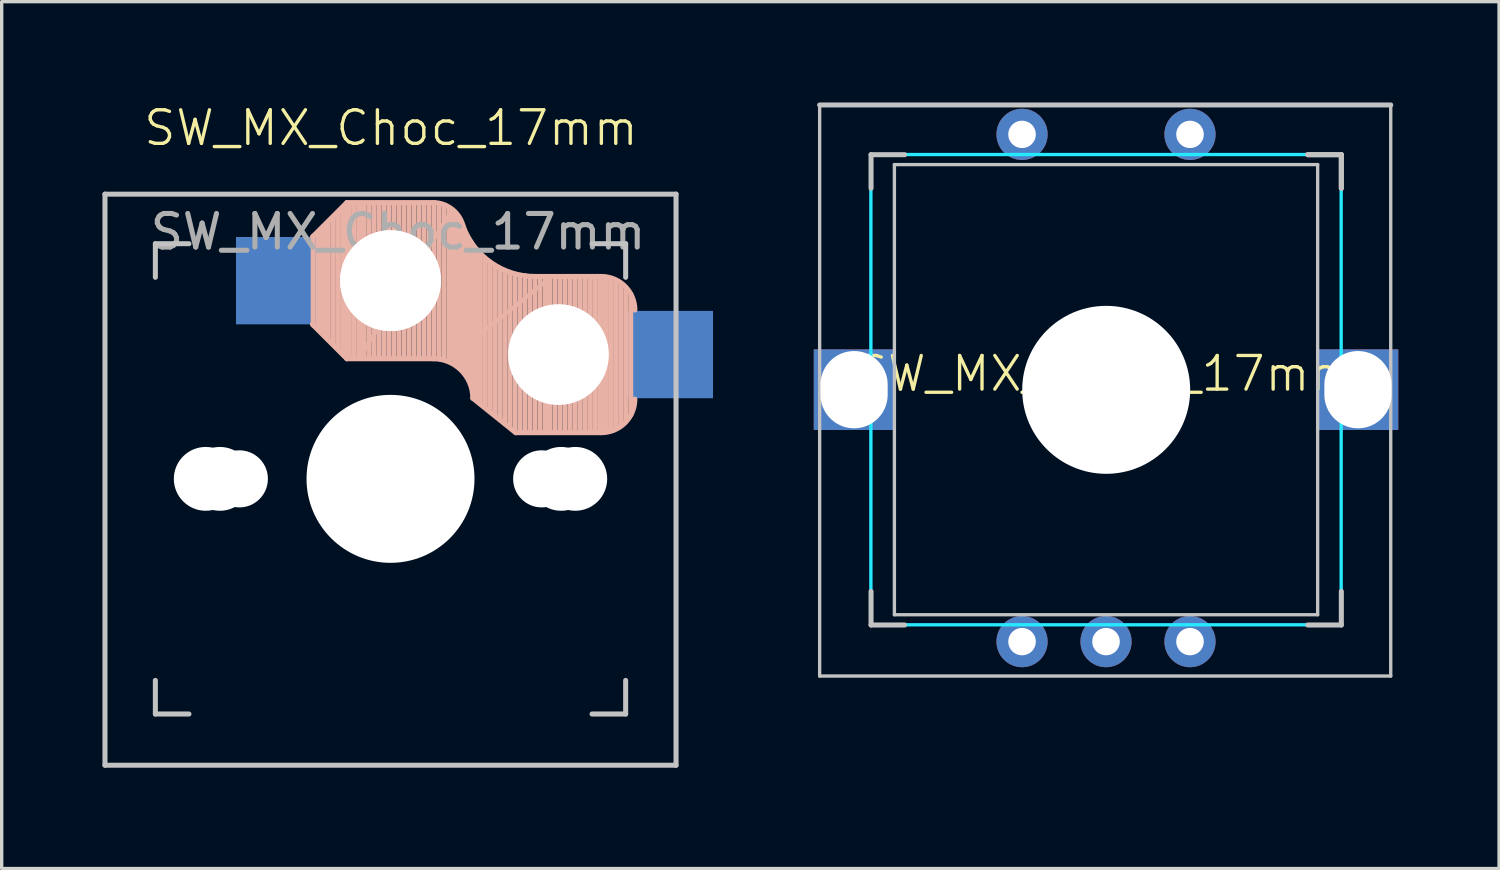
<source format=kicad_pcb>
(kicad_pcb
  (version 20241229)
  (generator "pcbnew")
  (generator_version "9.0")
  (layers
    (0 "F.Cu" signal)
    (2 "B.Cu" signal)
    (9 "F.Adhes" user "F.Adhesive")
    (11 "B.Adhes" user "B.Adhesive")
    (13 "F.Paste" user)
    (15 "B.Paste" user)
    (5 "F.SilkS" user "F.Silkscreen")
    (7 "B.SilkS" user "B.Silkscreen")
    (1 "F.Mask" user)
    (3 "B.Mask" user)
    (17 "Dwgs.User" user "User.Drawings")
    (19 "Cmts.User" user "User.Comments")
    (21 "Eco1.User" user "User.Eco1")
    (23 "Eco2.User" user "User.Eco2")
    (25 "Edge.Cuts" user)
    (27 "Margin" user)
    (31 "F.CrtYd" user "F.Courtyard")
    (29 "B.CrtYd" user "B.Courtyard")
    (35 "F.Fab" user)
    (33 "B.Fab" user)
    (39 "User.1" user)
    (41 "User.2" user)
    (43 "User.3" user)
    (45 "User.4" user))
  (footprint "SW_MX_Choc_17mm"
    (layer "F.Cu")
    (at 8.575 11.23)
    (property "Reference" "SW_MX_Choc_17mm" (at 0.015 -10.47 0) (unlocked yes) (layer "F.SilkS") (effects (font (size 1 1) (thickness 0.1))))
    (attr smd)
    (fp_line (start -2.3 -4.6) (end -2.3 -7.25) (stroke (width 0.15) (type solid)) (layer "B.SilkS"))
    (fp_line (start -2.15 -7.375) (end -2.15 -4.475) (stroke (width 0.15) (type solid)) (layer "B.SilkS"))
    (fp_line (start -2.05 -7.475) (end -2.05 -4.375) (stroke (width 0.15) (type solid)) (layer "B.SilkS"))
    (fp_line (start -1.95 -7.575) (end -1.95 -4.275) (stroke (width 0.15) (type solid)) (layer "B.SilkS"))
    (fp_line (start -1.85 -7.675) (end -1.85 -4.175) (stroke (width 0.15) (type solid)) (layer "B.SilkS"))
    (fp_line (start -1.7 -7.825) (end -1.7 -4.025) (stroke (width 0.15) (type solid)) (layer "B.SilkS"))
    (fp_line (start -1.55 -7.975) (end -1.55 -3.875) (stroke (width 0.15) (type solid)) (layer "B.SilkS"))
    (fp_line (start -1.4 -8.125) (end -1.4 -3.725) (stroke (width 0.15) (type solid)) (layer "B.SilkS"))
    (fp_line (start -1.3 -8.25) (end -2.325 -7.225) (stroke (width 0.15) (type solid)) (layer "B.SilkS"))
    (fp_line (start -1.3 -8.25) (end 1.3 -8.25) (stroke (width 0.15) (type solid)) (layer "B.SilkS"))
    (fp_line (start -1.3 -3.6) (end -2.325 -4.625) (stroke (width 0.15) (type solid)) (layer "B.SilkS"))
    (fp_line (start -1.3 -3.6) (end 1.275 -3.6) (stroke (width 0.15) (type solid)) (layer "B.SilkS"))
    (fp_line (start -1.25 -8.225) (end -1.25 -3.625) (stroke (width 0.15) (type solid)) (layer "B.SilkS"))
    (fp_line (start -1.1 -8.225) (end -1.1 -3.625) (stroke (width 0.15) (type solid)) (layer "B.SilkS"))
    (fp_line (start -0.95 -8.225) (end -0.95 -3.625) (stroke (width 0.15) (type solid)) (layer "B.SilkS"))
    (fp_line (start -0.9 -8.125) (end -0.9 -3.675) (stroke (width 0.12) (type solid)) (layer "B.SilkS"))
    (fp_line (start -0.9 -3.675) (end 1.8 -7.975) (stroke (width 0.12) (type solid)) (layer "B.SilkS"))
    (fp_line (start -0.8 -8.225) (end -0.8 -3.625) (stroke (width 0.15) (type solid)) (layer "B.SilkS"))
    (fp_line (start -0.65 -8.225) (end -0.65 -3.625) (stroke (width 0.15) (type solid)) (layer "B.SilkS"))
    (fp_line (start -0.5 -8.225) (end -0.5 -3.625) (stroke (width 0.15) (type solid)) (layer "B.SilkS"))
    (fp_line (start -0.35 -8.225) (end -0.35 -3.625) (stroke (width 0.15) (type solid)) (layer "B.SilkS"))
    (fp_line (start -0.2 -8.225) (end -0.2 -3.625) (stroke (width 0.15) (type solid)) (layer "B.SilkS"))
    (fp_line (start -0.05 -8.225) (end -0.05 -3.625) (stroke (width 0.15) (type solid)) (layer "B.SilkS"))
    (fp_line (start 0.1 -8.225) (end 0.1 -3.625) (stroke (width 0.15) (type solid)) (layer "B.SilkS"))
    (fp_line (start 0.25 -8.225) (end 0.25 -3.625) (stroke (width 0.15) (type solid)) (layer "B.SilkS"))
    (fp_line (start 0.4 -8.225) (end 0.4 -3.625) (stroke (width 0.15) (type solid)) (layer "B.SilkS"))
    (fp_line (start 0.55 -8.225) (end 0.55 -3.625) (stroke (width 0.15) (type solid)) (layer "B.SilkS"))
    (fp_line (start 0.7 -8.225) (end 0.7 -3.625) (stroke (width 0.15) (type solid)) (layer "B.SilkS"))
    (fp_line (start 0.85 -8.225) (end 0.85 -3.625) (stroke (width 0.15) (type solid)) (layer "B.SilkS"))
    (fp_line (start 1 -8.225) (end 1 -3.625) (stroke (width 0.15) (type solid)) (layer "B.SilkS"))
    (fp_line (start 1.15 -8.225) (end 1.15 -3.675) (stroke (width 0.15) (type solid)) (layer "B.SilkS"))
    (fp_line (start 1.3 -8.225) (end 1.3 -3.625) (stroke (width 0.15) (type solid)) (layer "B.SilkS"))
    (fp_line (start 1.45 -8.225) (end 1.45 -3.625) (stroke (width 0.15) (type solid)) (layer "B.SilkS"))
    (fp_line (start 1.6 -8.175) (end 1.6 -3.625) (stroke (width 0.15) (type solid)) (layer "B.SilkS"))
    (fp_line (start 1.75 -8.075) (end 1.75 -3.525) (stroke (width 0.15) (type solid)) (layer "B.SilkS"))
    (fp_line (start 1.8 -7.975) (end 1.8 -3.625) (stroke (width 0.12) (type solid)) (layer "B.SilkS"))
    (fp_line (start 1.8 -3.625) (end 4.65 -5.925) (stroke (width 0.12) (type solid)) (layer "B.SilkS"))
    (fp_line (start 1.9 -7.975) (end 1.9 -3.475) (stroke (width 0.15) (type solid)) (layer "B.SilkS"))
    (fp_line (start 2 -7.825) (end 2 -3.425) (stroke (width 0.15) (type solid)) (layer "B.SilkS"))
    (fp_line (start 2.1 -7.575) (end 2.1 -3.375) (stroke (width 0.15) (type solid)) (layer "B.SilkS"))
    (fp_line (start 2.2 -7.425) (end 2.2 -3.275) (stroke (width 0.15) (type solid)) (layer "B.SilkS"))
    (fp_line (start 2.3 -7.225) (end 2.3 -3.075) (stroke (width 0.15) (type solid)) (layer "B.SilkS"))
    (fp_line (start 2.4 -7.075) (end 2.4 -2.925) (stroke (width 0.15) (type solid)) (layer "B.SilkS"))
    (fp_line (start 2.5 -6.875) (end 2.5 -2.425) (stroke (width 0.15) (type solid)) (layer "B.SilkS"))
    (fp_line (start 2.65 -6.725) (end 2.65 -2.275) (stroke (width 0.15) (type solid)) (layer "B.SilkS"))
    (fp_line (start 2.8 -6.575) (end 2.8 -2.175) (stroke (width 0.15) (type solid)) (layer "B.SilkS"))
    (fp_line (start 2.95 -6.475) (end 2.95 -2.075) (stroke (width 0.15) (type solid)) (layer "B.SilkS"))
    (fp_line (start 3.1 -6.375) (end 3.1 -1.925) (stroke (width 0.15) (type solid)) (layer "B.SilkS"))
    (fp_line (start 3.25 -6.275) (end 3.25 -1.825) (stroke (width 0.15) (type solid)) (layer "B.SilkS"))
    (fp_line (start 3.4 -6.225) (end 3.4 -1.675) (stroke (width 0.15) (type solid)) (layer "B.SilkS"))
    (fp_line (start 3.55 -6.125) (end 3.55 -1.575) (stroke (width 0.15) (type solid)) (layer "B.SilkS"))
    (fp_line (start 3.7 -6.075) (end 3.7 -1.475) (stroke (width 0.15) (type solid)) (layer "B.SilkS"))
    (fp_line (start 3.725 -1.4) (end 2.45 -2.425) (stroke (width 0.15) (type solid)) (layer "B.SilkS"))
    (fp_line (start 3.725 -1.4) (end 6.275 -1.4) (stroke (width 0.15) (type solid)) (layer "B.SilkS"))
    (fp_line (start 3.85 -6.075) (end 3.85 -1.425) (stroke (width 0.15) (type solid)) (layer "B.SilkS"))
    (fp_line (start 4 -6.075) (end 4 -1.425) (stroke (width 0.15) (type solid)) (layer "B.SilkS"))
    (fp_line (start 4.15 -6.025) (end 4.15 -1.475) (stroke (width 0.15) (type solid)) (layer "B.SilkS"))
    (fp_line (start 4.3 -6.05) (end 6.275 -6.05) (stroke (width 0.15) (type solid)) (layer "B.SilkS"))
    (fp_line (start 4.3 -6.025) (end 4.3 -1.425) (stroke (width 0.15) (type solid)) (layer "B.SilkS"))
    (fp_line (start 4.45 -6.025) (end 4.45 -1.425) (stroke (width 0.15) (type solid)) (layer "B.SilkS"))
    (fp_line (start 4.6 -6.025) (end 4.6 -1.425) (stroke (width 0.15) (type solid)) (layer "B.SilkS"))
    (fp_line (start 4.65 -5.925) (end 4.65 -1.425) (stroke (width 0.12) (type solid)) (layer "B.SilkS"))
    (fp_line (start 4.75 -6.025) (end 4.75 -1.425) (stroke (width 0.15) (type solid)) (layer "B.SilkS"))
    (fp_line (start 4.9 -6.025) (end 4.9 -1.425) (stroke (width 0.15) (type solid)) (layer "B.SilkS"))
    (fp_line (start 5.05 -6.025) (end 5.05 -1.425) (stroke (width 0.15) (type solid)) (layer "B.SilkS"))
    (fp_line (start 5.2 -6.025) (end 5.2 -1.425) (stroke (width 0.15) (type solid)) (layer "B.SilkS"))
    (fp_line (start 5.35 -6.025) (end 5.35 -1.425) (stroke (width 0.15) (type solid)) (layer "B.SilkS"))
    (fp_line (start 5.5 -6.025) (end 5.5 -1.425) (stroke (width 0.15) (type solid)) (layer "B.SilkS"))
    (fp_line (start 5.65 -6.025) (end 5.65 -1.425) (stroke (width 0.15) (type solid)) (layer "B.SilkS"))
    (fp_line (start 5.8 -6.025) (end 5.8 -1.425) (stroke (width 0.15) (type solid)) (layer "B.SilkS"))
    (fp_line (start 5.95 -6.025) (end 5.95 -1.425) (stroke (width 0.15) (type solid)) (layer "B.SilkS"))
    (fp_line (start 6.1 -6.025) (end 6.1 -1.425) (stroke (width 0.15) (type solid)) (layer "B.SilkS"))
    (fp_line (start 6.25 -6.025) (end 6.25 -1.425) (stroke (width 0.15) (type solid)) (layer "B.SilkS"))
    (fp_line (start 6.4 -6.025) (end 6.4 -1.475) (stroke (width 0.15) (type solid)) (layer "B.SilkS"))
    (fp_line (start 6.55 -5.975) (end 6.55 -1.475) (stroke (width 0.15) (type solid)) (layer "B.SilkS"))
    (fp_line (start 6.7 -5.925) (end 6.7 -1.525) (stroke (width 0.15) (type solid)) (layer "B.SilkS"))
    (fp_line (start 6.85 -5.825) (end 6.85 -1.625) (stroke (width 0.15) (type solid)) (layer "B.SilkS"))
    (fp_line (start 7 -5.725) (end 7 -1.725) (stroke (width 0.15) (type solid)) (layer "B.SilkS"))
    (fp_line (start 7.15 -5.525) (end 7.15 -1.925) (stroke (width 0.15) (type solid)) (layer "B.SilkS"))
    (fp_arc (start 1.275 -3.6) (mid 2.10585 -3.25585) (end 2.45 -2.425) (stroke (width 0.15) (type solid)) (layer "B.SilkS"))
    (fp_arc (start 1.300995 -8.248791) (mid 1.848286 -8.041021) (end 2.162199 -7.546904) (stroke (width 0.15) (type solid)) (layer "B.SilkS"))
    (fp_arc (start 4.3 -6.05) (mid 2.995114 -6.461429) (end 2.162199 -7.546904) (stroke (width 0.15) (type solid)) (layer "B.SilkS"))
    (fp_arc (start 6.275 -6.05) (mid 6.982107 -5.757107) (end 7.275 -5.05) (stroke (width 0.15) (type solid)) (layer "B.SilkS"))
    (fp_arc (start 7.275 -2.4) (mid 6.982107 -1.692893) (end 6.275 -1.4) (stroke (width 0.15) (type solid)) (layer "B.SilkS"))
    (fp_line (start -8.5 -8.5) (end -8.5 8.5) (stroke (width 0.15) (type solid)) (layer "Dwgs.User"))
    (fp_line (start -8.5 -8.5) (end 8.5 -8.5) (stroke (width 0.15) (type solid)) (layer "Dwgs.User"))
    (fp_line (start -8.5 8.5) (end 8.5 8.5) (stroke (width 0.15) (type solid)) (layer "Dwgs.User"))
    (fp_line (start -7 -7.025) (end -7 -6.025) (stroke (width 0.15) (type solid)) (layer "Dwgs.User"))
    (fp_line (start -7 5.975) (end -7 6.975) (stroke (width 0.15) (type solid)) (layer "Dwgs.User"))
    (fp_line (start -7 6.975) (end -6 6.975) (stroke (width 0.15) (type solid)) (layer "Dwgs.User"))
    (fp_line (start -6 -7.025) (end -7 -7.025) (stroke (width 0.15) (type solid)) (layer "Dwgs.User"))
    (fp_line (start 6 -7.025) (end 7 -7.025) (stroke (width 0.15) (type solid)) (layer "Dwgs.User"))
    (fp_line (start 7 -7.025) (end 7 -6.025) (stroke (width 0.15) (type solid)) (layer "Dwgs.User"))
    (fp_line (start 7 5.975) (end 7 6.975) (stroke (width 0.15) (type solid)) (layer "Dwgs.User"))
    (fp_line (start 7 6.975) (end 6 6.975) (stroke (width 0.15) (type solid)) (layer "Dwgs.User"))
    (fp_line (start 8.5 -8.5) (end 8.5 8.5) (stroke (width 0.15) (type solid)) (layer "Dwgs.User"))
    (fp_text user "${REFERENCE}" (at 0.225 -7.38 0) (unlocked yes) (layer "F.Fab") (effects (font (size 1 1) (thickness 0.15))))
    (pad "" np_thru_hole circle (at -5.5 -0.025 270) (size 1.9 1.9) (drill 1.9) (layers "*.Cu"))
    (pad "" np_thru_hole circle (at -5.08 -0.025 180) (size 1.9 1.9) (drill 1.9) (layers "*.Cu" "*.Mask"))
    (pad "" np_thru_hole circle (at -4.5 -0.025 180) (size 1.7 1.7) (drill 1.7) (layers "*.Cu" "*.Mask"))
    (pad "" np_thru_hole circle (at 0 -5.925 270) (size 3 3) (drill 3) (layers "*.Cu" "*.Mask"))
    (pad "" np_thru_hole circle (at 0 -5.925 270) (size 3 3) (drill 3) (layers "*.Cu" "*.Mask"))
    (pad "" np_thru_hole circle (at 0 -0.025 270) (size 4.1 4.1) (drill 4.1) (layers "*.Cu" "*.Mask"))
    (pad "" np_thru_hole circle (at 0 -0.025 270) (size 5 5) (drill 5) (layers "*.Cu"))
    (pad "" np_thru_hole circle (at 4.5 -0.025 180) (size 1.7 1.7) (drill 1.7) (layers "*.Cu" "*.Mask"))
    (pad "" np_thru_hole circle (at 5 -3.725 270) (size 3 3) (drill 3) (layers "*.Cu" "*.Mask"))
    (pad "" np_thru_hole circle (at 5.08 -0.025 180) (size 1.9 1.9) (drill 1.9) (layers "*.Cu" "*.Mask"))
    (pad "" np_thru_hole circle (at 5.5 -0.025 270) (size 1.9 1.9) (drill 1.9) (layers "*.Cu"))
    (pad "1" smd rect (at 8.3 -3.725) (size 2.6 2.6) (layers "B.Cu" "B.Mask" "B.Paste"))
    (pad "2" smd rect (at -3.3 -5.925) (size 2.6 2.6) (layers "B.Cu" "B.Mask" "B.Paste")))
  (footprint "SW_MX_EC12_17mm"
    (layer "F.Cu")
    (at 29.85 8.575)
    (property "Reference" "SW_MX_EC12_17mm" (at 0 -0.5 0) (unlocked yes) (layer "F.SilkS") (effects (font (size 1 1) (thickness 0.1))))
    (attr smd)
    (fp_line (start -8.5 -8.5) (end 8.5 -8.5) (stroke (width 0.15) (type solid)) (layer "Dwgs.User"))
    (fp_line (start -8.5 8.5) (end -8.5 -8.5) (stroke (width 0.1) (type solid)) (layer "Dwgs.User"))
    (fp_line (start -6.97 -7.02) (end -6.97 -6.02) (stroke (width 0.15) (type solid)) (layer "Dwgs.User"))
    (fp_line (start -6.97 5.98) (end -6.97 6.98) (stroke (width 0.15) (type solid)) (layer "Dwgs.User"))
    (fp_line (start -6.97 6.98) (end -5.97 6.98) (stroke (width 0.15) (type solid)) (layer "Dwgs.User"))
    (fp_line (start -6.275 6.675) (end -6.275 -6.725) (stroke (width 0.1) (type default)) (layer "Dwgs.User"))
    (fp_line (start -5.97 -7.02) (end -6.97 -7.02) (stroke (width 0.15) (type solid)) (layer "Dwgs.User"))
    (fp_line (start 6.03 -7.02) (end 7.03 -7.02) (stroke (width 0.15) (type solid)) (layer "Dwgs.User"))
    (fp_line (start 6.03 -7.02) (end 7.03 -7.02) (stroke (width 0.15) (type solid)) (layer "Dwgs.User"))
    (fp_line (start 6.325 -6.725) (end -6.275 -6.725) (stroke (width 0.1) (type default)) (layer "Dwgs.User"))
    (fp_line (start 6.325 6.675) (end -6.275 6.675) (stroke (width 0.1) (type default)) (layer "Dwgs.User"))
    (fp_line (start 6.325 6.675) (end 6.325 -6.725) (stroke (width 0.1) (type default)) (layer "Dwgs.User"))
    (fp_line (start 7.03 -7.02) (end 7.03 -6.02) (stroke (width 0.15) (type solid)) (layer "Dwgs.User"))
    (fp_line (start 7.03 -7.02) (end 7.03 -6.02) (stroke (width 0.15) (type solid)) (layer "Dwgs.User"))
    (fp_line (start 7.03 5.98) (end 7.03 6.98) (stroke (width 0.15) (type solid)) (layer "Dwgs.User"))
    (fp_line (start 7.03 6.98) (end 6.03 6.98) (stroke (width 0.15) (type solid)) (layer "Dwgs.User"))
    (fp_line (start 8.5 -8.5) (end 8.5 8.5) (stroke (width 0.1) (type solid)) (layer "Dwgs.User"))
    (fp_line (start 8.5 8.5) (end -8.5 8.5) (stroke (width 0.1) (type solid)) (layer "Dwgs.User"))
    (fp_line (start -6.975 -7.025) (end -6.975 6.975) (stroke (width 0.1) (type default)) (layer "B.CrtYd"))
    (fp_line (start -6.975 -7.025) (end 7.025 -7.025) (stroke (width 0.1) (type default)) (layer "B.CrtYd"))
    (fp_line (start -6.975 6.975) (end 7.025 6.975) (stroke (width 0.1) (type default)) (layer "B.CrtYd"))
    (fp_line (start 7.025 6.975) (end 7.025 -7.025) (stroke (width 0.1) (type default)) (layer "B.CrtYd"))
    (pad "" thru_hole rect (at -7.475 -0.025 270) (size 2.4 2.4) (drill oval 2.3 2) (layers "*.Cu" "*.Mask"))
    (pad "" np_thru_hole circle (at 0.03 -0.02 270) (size 4.1 4.1) (drill 4.1) (layers "*.Cu" "*.Mask"))
    (pad "" np_thru_hole circle (at 0.03 -0.02 270) (size 5 5) (drill 5) (layers "*.Cu"))
    (pad "" thru_hole rect (at 7.525 -0.025 270) (size 2.4 2.4) (drill oval 2.3 2) (layers "*.Cu" "*.Mask"))
    (pad "1" thru_hole circle (at 2.525 -7.625) (size 1.524 1.524) (drill oval 0.82 0.813) (layers "*.Cu" "*.Mask"))
    (pad "2" thru_hole circle (at -2.475 -7.625) (size 1.524 1.524) (drill oval 0.82 0.813) (layers "*.Cu" "*.Mask"))
    (pad "A" thru_hole circle (at -2.475 7.475) (size 1.524 1.524) (drill oval 0.82 0.813) (layers "*.Cu" "*.Mask"))
    (pad "B" thru_hole circle (at 2.525 7.475) (size 1.524 1.524) (drill oval 0.82 0.813) (layers "*.Cu" "*.Mask"))
    (pad "C" thru_hole circle (at 0.025 7.475) (size 1.524 1.524) (drill oval 0.82 0.813) (layers "*.Cu" "*.Mask")))
  (gr_rect
    (start -3 -3)
    (end 41.575 22.805)
    (stroke (width 0.1) (type default))
    (fill no)
    (layer "Edge.Cuts")))
</source>
